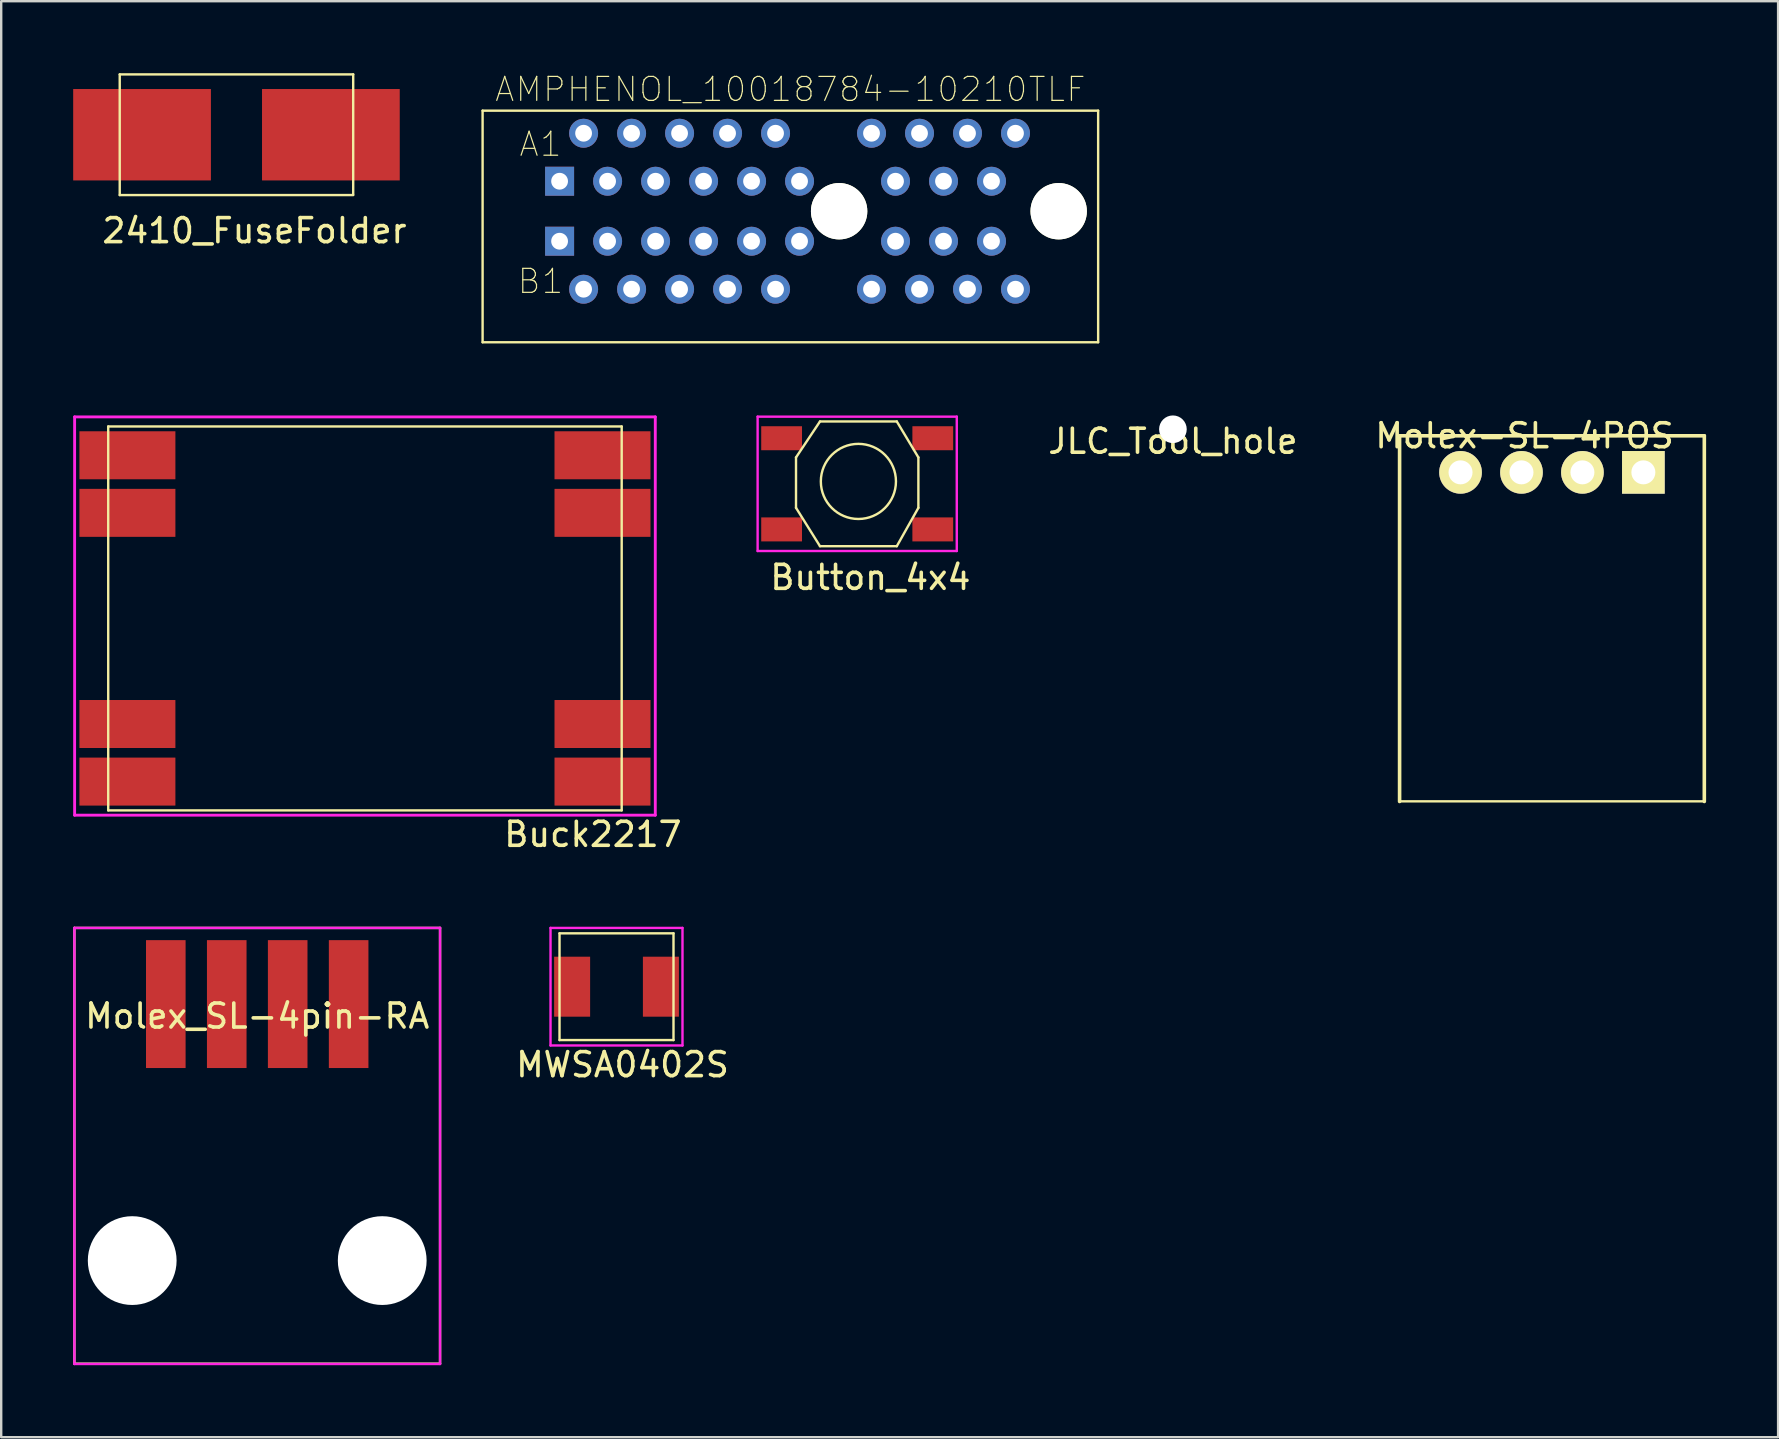
<source format=kicad_pcb>
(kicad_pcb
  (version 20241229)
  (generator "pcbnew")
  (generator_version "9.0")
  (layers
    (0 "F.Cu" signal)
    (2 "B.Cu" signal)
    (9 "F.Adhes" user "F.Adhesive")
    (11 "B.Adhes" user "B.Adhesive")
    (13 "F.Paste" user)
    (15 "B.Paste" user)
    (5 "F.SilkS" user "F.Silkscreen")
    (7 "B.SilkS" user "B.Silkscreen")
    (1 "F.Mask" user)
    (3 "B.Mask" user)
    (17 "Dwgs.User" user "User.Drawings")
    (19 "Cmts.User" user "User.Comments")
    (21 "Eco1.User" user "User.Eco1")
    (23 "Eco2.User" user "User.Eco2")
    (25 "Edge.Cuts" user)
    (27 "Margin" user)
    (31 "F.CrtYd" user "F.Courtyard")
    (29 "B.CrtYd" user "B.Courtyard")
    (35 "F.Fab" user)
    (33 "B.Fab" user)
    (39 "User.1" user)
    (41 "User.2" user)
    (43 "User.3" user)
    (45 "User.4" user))
  (footprint "Molex-SL-4POS"
    (layer "F.Cu")
    (at 61.63 16.636)
    (property "Reference" "Molex-SL-4POS" (at -1.143 -1.524 0) (layer "F.SilkS") (effects (font (size 1 1) (thickness 0.15))))
    (attr through_hole)
    (fp_line (start -6.35 -1.524) (end 6.35 -1.524) (stroke (width 0.15) (type solid)) (layer "F.SilkS"))
    (fp_line (start -6.35 13.71) (end 6.35 13.71) (stroke (width 0.1) (type solid)) (layer "F.SilkS"))
    (fp_line (start -6.35 13.716) (end -6.35 -1.524) (stroke (width 0.15) (type solid)) (layer "F.SilkS"))
    (fp_line (start 6.35 13.716) (end 6.35 -1.524) (stroke (width 0.15) (type solid)) (layer "F.SilkS"))
    (pad "1" thru_hole rect (at 3.81 0) (size 1.778 1.778) (drill 1) (layers "*.Cu" "*.Mask" "F.SilkS"))
    (pad "2" thru_hole circle (at 1.27 0) (size 1.778 1.778) (drill 1) (layers "*.Cu" "*.Mask" "F.SilkS"))
    (pad "3" thru_hole circle (at -1.27 0) (size 1.778 1.778) (drill 1) (layers "*.Cu" "*.Mask" "F.SilkS"))
    (pad "4" thru_hole circle (at -3.81 0) (size 1.778 1.778) (drill 1) (layers "*.Cu" "*.Mask" "F.SilkS")))
  (footprint "MWSA0402S"
    (layer "F.Cu")
    (at 22.644 38.072)
    (property "Reference" "MWSA0402S" (at 0.25 3.25 0) (layer "F.SilkS") (effects (font (size 1 1) (thickness 0.15))))
    (attr through_hole)
    (fp_line (start -2.375 -2.225) (end -2.375 2.225) (stroke (width 0.1) (type solid)) (layer "F.SilkS"))
    (fp_line (start -2.375 -2.225) (end 2.375 -2.225) (stroke (width 0.1) (type solid)) (layer "F.SilkS"))
    (fp_line (start -2.375 2.225) (end 2.375 2.225) (stroke (width 0.1) (type solid)) (layer "F.SilkS"))
    (fp_line (start 2.375 -2.225) (end 2.375 2.225) (stroke (width 0.1) (type solid)) (layer "F.SilkS"))
    (fp_line (start -2.75 -2.45) (end 2.75 -2.45) (stroke (width 0.1) (type solid)) (layer "F.CrtYd"))
    (fp_line (start -2.75 2.45) (end -2.75 -2.45) (stroke (width 0.1) (type solid)) (layer "F.CrtYd"))
    (fp_line (start 2.75 -2.45) (end 2.75 2.45) (stroke (width 0.1) (type solid)) (layer "F.CrtYd"))
    (fp_line (start 2.75 2.45) (end -2.75 2.45) (stroke (width 0.1) (type solid)) (layer "F.CrtYd"))
    (pad "1" smd rect (at -1.85 0) (size 1.5 2.5) (layers "F.Cu" "F.Mask" "F.Paste"))
    (pad "2" smd rect (at 1.85 0) (size 1.5 2.5) (layers "F.Cu" "F.Mask" "F.Paste")))
  (footprint "Molex_SL-4pin-RA"
    (layer "F.Cu")
    (at 7.67 38.797)
    (property "Reference" "Molex_SL-4pin-RA" (at 0 0.5 0) (layer "F.SilkS") (effects (font (size 1 1) (thickness 0.15))))
    (attr smd)
    (fp_line (start -7.62 -3.175) (end 7.62 -3.175) (stroke (width 0.1) (type solid)) (layer "F.SilkS"))
    (fp_line (start -7.62 14.986) (end -7.62 -3.175) (stroke (width 0.1) (type solid)) (layer "F.SilkS"))
    (fp_line (start 7.62 -3.175) (end 7.62 14.986) (stroke (width 0.1) (type solid)) (layer "F.SilkS"))
    (fp_line (start 7.62 14.986) (end -7.62 14.986) (stroke (width 0.1) (type solid)) (layer "F.SilkS"))
    (fp_line (start -7.62 -3.175) (end -7.62 15) (stroke (width 0.1) (type solid)) (layer "F.CrtYd"))
    (fp_line (start -7.62 15) (end 7.62 15) (stroke (width 0.1) (type solid)) (layer "F.CrtYd"))
    (fp_line (start 7.62 -3.175) (end -7.62 -3.175) (stroke (width 0.1) (type solid)) (layer "F.CrtYd"))
    (fp_line (start 7.62 15) (end 7.62 -3.175) (stroke (width 0.1) (type solid)) (layer "F.CrtYd"))
    (pad "" np_thru_hole circle (at -5.21 10.69) (size 3.7 3.7) (drill 3.7) (layers "*.Cu" "*.Mask"))
    (pad "" np_thru_hole circle (at 5.21 10.69) (size 3.7 3.7) (drill 3.7) (layers "*.Cu" "*.Mask"))
    (pad "1" smd rect (at 3.81 0) (size 1.65 5.33) (layers "F.Cu" "F.Mask" "F.Paste"))
    (pad "2" smd rect (at 1.27 0) (size 1.65 5.33) (layers "F.Cu" "F.Mask" "F.Paste"))
    (pad "3" smd rect (at -1.27 0) (size 1.65 5.33) (layers "F.Cu" "F.Mask" "F.Paste"))
    (pad "4" smd rect (at -3.81 0) (size 1.65 5.33) (layers "F.Cu" "F.Mask" "F.Paste")))
  (footprint "AMPHENOL_10018784-10210TLF"
    (layer "F.Cu")
    (at 31.922 5.753)
    (property "Reference" "AMPHENOL_10018784-10210TLF" (at -2.032 -5.08 0) (layer "F.SilkS") (effects (font (size 1 1) (thickness 0.05))))
    (attr through_hole)
    (fp_line (start -14.859 -4.191) (end 10.795 -4.191) (stroke (width 0.1) (type solid)) (layer "F.SilkS"))
    (fp_line (start -14.859 5.461) (end -14.859 -4.191) (stroke (width 0.1) (type solid)) (layer "F.SilkS"))
    (fp_line (start 10.795 -4.191) (end 10.795 5.461) (stroke (width 0.1) (type solid)) (layer "F.SilkS"))
    (fp_line (start 10.795 5.461) (end -14.859 5.461) (stroke (width 0.1) (type solid)) (layer "F.SilkS"))
    (fp_text user "A1" (at -12.446 -2.794 0) (layer "F.SilkS") (effects (font (size 1 1) (thickness 0.05))))
    (fp_text user "B1" (at -12.446 2.921 0) (layer "F.SilkS") (effects (font (size 1 1) (thickness 0.05))))
    (pad "" np_thru_hole circle (at 0 0) (size 2.35 2.35) (drill 2.35) (layers "*.Cu" "*.Mask" "F.SilkS"))
    (pad "" np_thru_hole circle (at 9.15 0) (size 2.35 2.35) (drill 2.35) (layers "*.Cu" "*.Mask" "F.SilkS"))
    (pad "A1" thru_hole rect (at -11.65 -1.25) (size 1.208 1.208) (drill 0.7) (layers "*.Cu" "*.Mask"))
    (pad "A2" thru_hole circle (at -10.65 -3.25) (size 1.208 1.208) (drill 0.7) (layers "*.Cu" "*.Mask"))
    (pad "A3" thru_hole circle (at -9.65 -1.25) (size 1.208 1.208) (drill 0.7) (layers "*.Cu" "*.Mask"))
    (pad "A4" thru_hole circle (at -8.65 -3.25) (size 1.208 1.208) (drill 0.7) (layers "*.Cu" "*.Mask"))
    (pad "A5" thru_hole circle (at -7.65 -1.25) (size 1.208 1.208) (drill 0.7) (layers "*.Cu" "*.Mask"))
    (pad "A6" thru_hole circle (at -6.65 -3.25) (size 1.208 1.208) (drill 0.7) (layers "*.Cu" "*.Mask"))
    (pad "A7" thru_hole circle (at -5.65 -1.25) (size 1.208 1.208) (drill 0.7) (layers "*.Cu" "*.Mask"))
    (pad "A8" thru_hole circle (at -4.65 -3.25) (size 1.208 1.208) (drill 0.7) (layers "*.Cu" "*.Mask"))
    (pad "A9" thru_hole circle (at -3.65 -1.25) (size 1.208 1.208) (drill 0.7) (layers "*.Cu" "*.Mask"))
    (pad "A10" thru_hole circle (at -2.65 -3.25) (size 1.208 1.208) (drill 0.7) (layers "*.Cu" "*.Mask"))
    (pad "A11" thru_hole circle (at -1.65 -1.25) (size 1.208 1.208) (drill 0.7) (layers "*.Cu" "*.Mask"))
    (pad "A12" thru_hole circle (at 1.35 -3.25) (size 1.208 1.208) (drill 0.7) (layers "*.Cu" "*.Mask"))
    (pad "A13" thru_hole circle (at 2.35 -1.25) (size 1.208 1.208) (drill 0.7) (layers "*.Cu" "*.Mask"))
    (pad "A14" thru_hole circle (at 3.35 -3.25) (size 1.208 1.208) (drill 0.7) (layers "*.Cu" "*.Mask"))
    (pad "A15" thru_hole circle (at 4.35 -1.25) (size 1.208 1.208) (drill 0.7) (layers "*.Cu" "*.Mask"))
    (pad "A16" thru_hole circle (at 5.35 -3.25) (size 1.208 1.208) (drill 0.7) (layers "*.Cu" "*.Mask"))
    (pad "A17" thru_hole circle (at 6.35 -1.25) (size 1.208 1.208) (drill 0.7) (layers "*.Cu" "*.Mask"))
    (pad "A18" thru_hole circle (at 7.35 -3.25) (size 1.208 1.208) (drill 0.7) (layers "*.Cu" "*.Mask"))
    (pad "B1" thru_hole rect (at -11.65 1.25) (size 1.208 1.208) (drill 0.7) (layers "*.Cu" "*.Mask"))
    (pad "B2" thru_hole circle (at -10.65 3.25) (size 1.208 1.208) (drill 0.7) (layers "*.Cu" "*.Mask"))
    (pad "B3" thru_hole circle (at -9.65 1.25) (size 1.208 1.208) (drill 0.7) (layers "*.Cu" "*.Mask"))
    (pad "B4" thru_hole circle (at -8.65 3.25) (size 1.208 1.208) (drill 0.7) (layers "*.Cu" "*.Mask"))
    (pad "B5" thru_hole circle (at -7.65 1.25) (size 1.208 1.208) (drill 0.7) (layers "*.Cu" "*.Mask"))
    (pad "B6" thru_hole circle (at -6.65 3.25) (size 1.208 1.208) (drill 0.7) (layers "*.Cu" "*.Mask"))
    (pad "B7" thru_hole circle (at -5.65 1.25) (size 1.208 1.208) (drill 0.7) (layers "*.Cu" "*.Mask"))
    (pad "B8" thru_hole circle (at -4.65 3.25) (size 1.208 1.208) (drill 0.7) (layers "*.Cu" "*.Mask"))
    (pad "B9" thru_hole circle (at -3.65 1.25) (size 1.208 1.208) (drill 0.7) (layers "*.Cu" "*.Mask"))
    (pad "B10" thru_hole circle (at -2.65 3.25) (size 1.208 1.208) (drill 0.7) (layers "*.Cu" "*.Mask"))
    (pad "B11" thru_hole circle (at -1.65 1.25) (size 1.208 1.208) (drill 0.7) (layers "*.Cu" "*.Mask"))
    (pad "B12" thru_hole circle (at 1.35 3.25) (size 1.208 1.208) (drill 0.7) (layers "*.Cu" "*.Mask"))
    (pad "B13" thru_hole circle (at 2.35 1.25) (size 1.208 1.208) (drill 0.7) (layers "*.Cu" "*.Mask"))
    (pad "B14" thru_hole circle (at 3.35 3.25) (size 1.208 1.208) (drill 0.7) (layers "*.Cu" "*.Mask"))
    (pad "B15" thru_hole circle (at 4.35 1.25) (size 1.208 1.208) (drill 0.7) (layers "*.Cu" "*.Mask"))
    (pad "B16" thru_hole circle (at 5.35 3.25) (size 1.208 1.208) (drill 0.7) (layers "*.Cu" "*.Mask"))
    (pad "B17" thru_hole circle (at 6.35 1.25) (size 1.208 1.208) (drill 0.7) (layers "*.Cu" "*.Mask"))
    (pad "B18" thru_hole circle (at 7.35 3.25) (size 1.208 1.208) (drill 0.7) (layers "*.Cu" "*.Mask")))
  (footprint "2410_FuseFolder"
    (layer "F.Cu")
    (at 6.805 2.565)
    (property "Reference" "2410_FuseFolder" (at 0.75 4 0) (layer "F.SilkS") (effects (font (size 1 1) (thickness 0.15))))
    (attr smd)
    (fp_line (start -4.865 -2.515) (end -4.865 2.515) (stroke (width 0.1) (type solid)) (layer "F.SilkS"))
    (fp_line (start -4.865 -2.515) (end 4.865 -2.515) (stroke (width 0.1) (type solid)) (layer "F.SilkS"))
    (fp_line (start -4.865 2.515) (end 4.865 2.515) (stroke (width 0.1) (type solid)) (layer "F.SilkS"))
    (fp_line (start 4.865 -2.515) (end 4.865 2.5) (stroke (width 0.1) (type solid)) (layer "F.SilkS"))
    (pad "1" smd rect (at -3.935 0) (size 5.74 3.81) (layers "F.Cu" "F.Mask" "F.Paste"))
    (pad "2" smd rect (at 3.935 0) (size 5.74 3.81) (layers "F.Cu" "F.Mask" "F.Paste")))
  (footprint "Buck2217"
    (layer "F.Cu")
    (at 11.96 22.724)
    (property "Reference" "Buck2217" (at 9.7 9 0) (layer "F.SilkS") (effects (font (size 1 1) (thickness 0.15))))
    (attr through_hole)
    (fp_line (start -10.5 -8) (end 10.9 -8) (stroke (width 0.1) (type solid)) (layer "F.SilkS"))
    (fp_line (start -10.5 8) (end -10.5 -8) (stroke (width 0.1) (type solid)) (layer "F.SilkS"))
    (fp_line (start 10.9 -8) (end 10.9 8) (stroke (width 0.1) (type solid)) (layer "F.SilkS"))
    (fp_line (start 10.9 8) (end -10.5 8) (stroke (width 0.1) (type solid)) (layer "F.SilkS"))
    (fp_line (start -11.9 -8.4) (end 12.3 -8.4) (stroke (width 0.12) (type solid)) (layer "F.CrtYd"))
    (fp_line (start -11.9 8.2) (end -11.9 -8.4) (stroke (width 0.12) (type solid)) (layer "F.CrtYd"))
    (fp_line (start 12.3 -8.4) (end 12.3 8.2) (stroke (width 0.12) (type solid)) (layer "F.CrtYd"))
    (fp_line (start 12.3 8.2) (end -11.9 8.2) (stroke (width 0.12) (type solid)) (layer "F.CrtYd"))
    (pad "1" smd rect (at -9.7 6.8) (size 4 2) (layers "F.Cu" "F.Mask" "F.Paste"))
    (pad "2" smd rect (at -9.7 4.4) (size 4 2) (layers "F.Cu" "F.Mask" "F.Paste"))
    (pad "3" smd rect (at -9.7 -6.8) (size 4 2) (layers "F.Cu" "F.Mask" "F.Paste"))
    (pad "4" smd rect (at -9.7 -4.4) (size 4 2) (layers "F.Cu" "F.Mask" "F.Paste"))
    (pad "5" smd rect (at 10.1 6.8) (size 4 2) (layers "F.Cu" "F.Mask" "F.Paste"))
    (pad "6" smd rect (at 10.1 4.4) (size 4 2) (layers "F.Cu" "F.Mask" "F.Paste"))
    (pad "7" smd rect (at 10.1 -6.8) (size 4 2) (layers "F.Cu" "F.Mask" "F.Paste"))
    (pad "8" smd rect (at 10.1 -4.4) (size 4 2) (layers "F.Cu" "F.Mask" "F.Paste")))
  (footprint "JLC_Tool_hole"
    (layer "F.Cu")
    (at 45.833 14.84)
    (property "Reference" "JLC_Tool_hole" (at 0 0.5 0) (unlocked yes) (layer "F.SilkS") (effects (font (size 1 1) (thickness 0.15))))
    (attr through_hole)
    (pad "" np_thru_hole circle (at 0 0) (size 1.152 1.152) (drill 1.152) (layers "*.Cu" "*.Mask")))
  (footprint "Button_4x4"
    (layer "F.Cu")
    (at 29.525 15.214)
    (property "Reference" "Button_4x4" (at 3.7 5.8 0) (layer "F.SilkS") (effects (font (size 1 1) (thickness 0.15))))
    (attr smd)
    (fp_line (start 0.6 0.8) (end 1.6 -0.7) (stroke (width 0.1) (type solid)) (layer "F.SilkS"))
    (fp_line (start 0.6 2.9) (end 0.6 0.8) (stroke (width 0.1) (type solid)) (layer "F.SilkS"))
    (fp_line (start 1.6 -0.7) (end 4.8 -0.7) (stroke (width 0.1) (type solid)) (layer "F.SilkS"))
    (fp_line (start 1.6 4.5) (end 0.6 2.9) (stroke (width 0.1) (type solid)) (layer "F.SilkS"))
    (fp_line (start 4.8 -0.7) (end 5.7 0.8) (stroke (width 0.1) (type solid)) (layer "F.SilkS"))
    (fp_line (start 4.8 4.5) (end 1.6 4.5) (stroke (width 0.1) (type solid)) (layer "F.SilkS"))
    (fp_line (start 5.7 0.8) (end 5.7 2.9) (stroke (width 0.1) (type solid)) (layer "F.SilkS"))
    (fp_line (start 5.7 2.9) (end 4.8 4.5) (stroke (width 0.1) (type solid)) (layer "F.SilkS"))
    (fp_circle (center 3.2 1.8) (end 4.6 2.5) (stroke (width 0.1) (type solid)) (fill no) (layer "F.SilkS"))
    (fp_line (start -1 -0.9) (end 7.3 -0.9) (stroke (width 0.1) (type solid)) (layer "F.CrtYd"))
    (fp_line (start -1 4.7) (end -1 -0.9) (stroke (width 0.1) (type solid)) (layer "F.CrtYd"))
    (fp_line (start 7.3 -0.9) (end 7.3 4.7) (stroke (width 0.1) (type solid)) (layer "F.CrtYd"))
    (fp_line (start 7.3 4.7) (end -1 4.7) (stroke (width 0.1) (type solid)) (layer "F.CrtYd"))
    (pad "1" smd rect (at 0 0) (size 1.7 1) (layers "F.Cu" "F.Mask" "F.Paste"))
    (pad "1" smd rect (at 6.3 0) (size 1.7 1) (layers "F.Cu" "F.Mask" "F.Paste"))
    (pad "2" smd rect (at 0 3.8) (size 1.7 1) (layers "F.Cu" "F.Mask" "F.Paste"))
    (pad "2" smd rect (at 6.3 3.8) (size 1.7 1) (layers "F.Cu" "F.Mask" "F.Paste")))
  (gr_rect
    (start -3 -3)
    (end 71.055 56.847)
    (stroke (width 0.1) (type default))
    (fill no)
    (layer "Edge.Cuts")))
</source>
